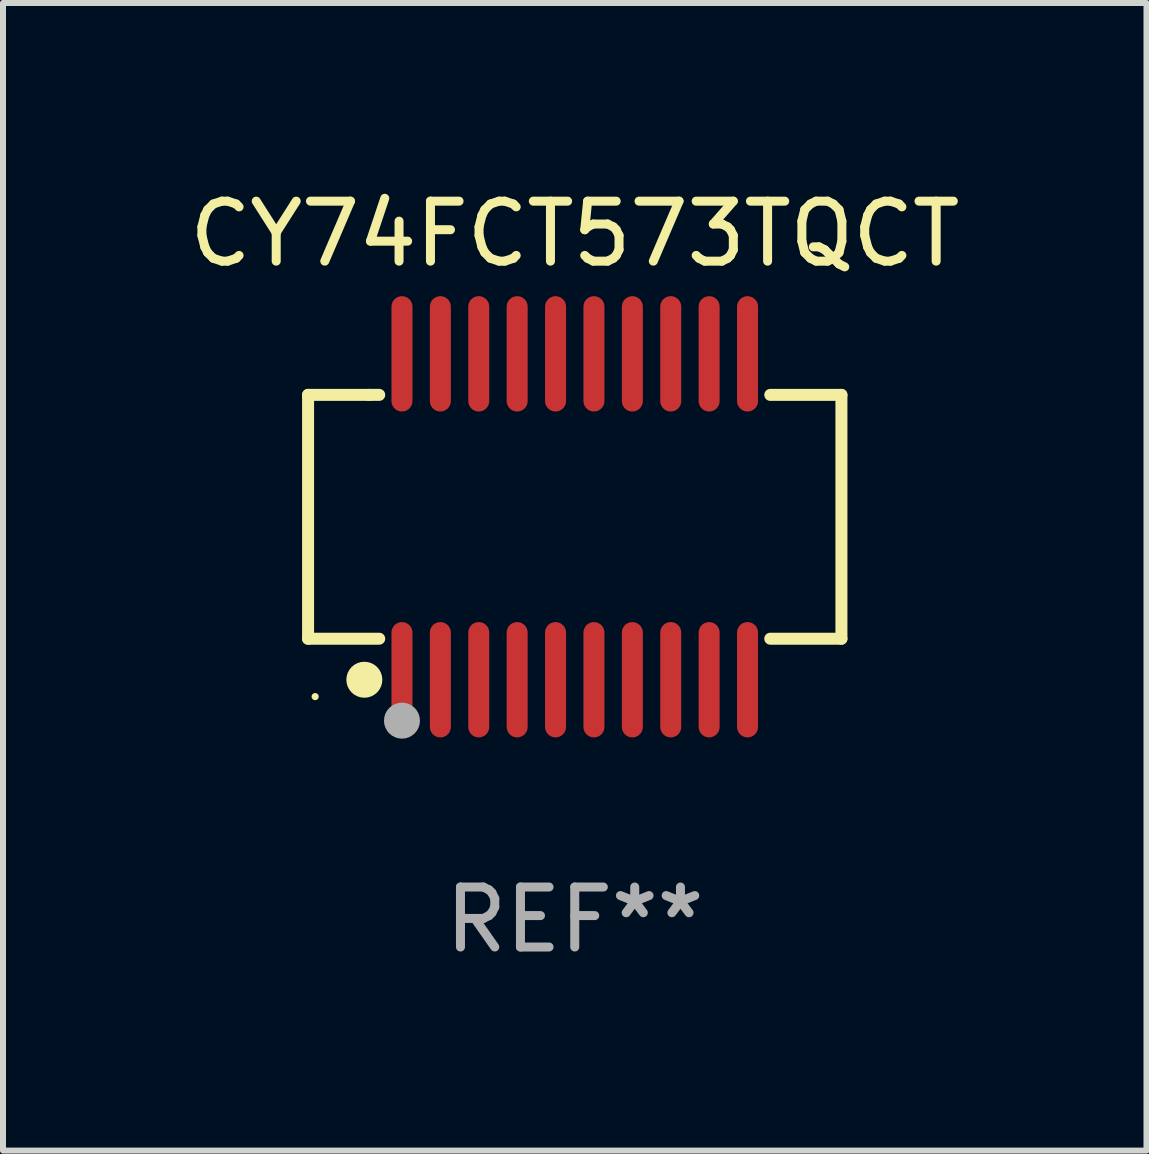
<source format=kicad_pcb>
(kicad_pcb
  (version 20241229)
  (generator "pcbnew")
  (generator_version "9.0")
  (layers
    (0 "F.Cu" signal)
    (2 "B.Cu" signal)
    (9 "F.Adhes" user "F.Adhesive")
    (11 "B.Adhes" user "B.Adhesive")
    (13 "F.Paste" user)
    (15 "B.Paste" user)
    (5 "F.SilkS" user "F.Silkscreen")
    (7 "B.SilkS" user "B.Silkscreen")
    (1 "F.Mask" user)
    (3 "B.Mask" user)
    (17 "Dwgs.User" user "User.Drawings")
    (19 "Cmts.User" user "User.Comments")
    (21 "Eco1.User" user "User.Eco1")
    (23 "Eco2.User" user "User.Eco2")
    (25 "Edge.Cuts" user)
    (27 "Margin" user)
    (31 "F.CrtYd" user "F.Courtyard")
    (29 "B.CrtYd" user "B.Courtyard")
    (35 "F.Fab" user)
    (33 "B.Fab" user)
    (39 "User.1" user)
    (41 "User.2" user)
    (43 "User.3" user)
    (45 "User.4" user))
  (footprint "CY74FCT573TQCT"
    (layer "F.Cu")
    (at 6.53 5.564)
    (property "Reference" "CY74FCT573TQCT" (at 0 -4.716 0) (layer "F.SilkS") (effects (font (size 1 1) (thickness 0.15))))
    (attr through_hole)
    (fp_line (start -4.445 -2.032) (end -4.445 2.032) (stroke (width 0.2) (type solid)) (layer "F.SilkS"))
    (fp_line (start -4.445 2.032) (end -3.259 2.032) (stroke (width 0.2) (type solid)) (layer "F.SilkS"))
    (fp_line (start -3.429 -2.032) (end -4.445 -2.032) (stroke (width 0.2) (type solid)) (layer "F.SilkS"))
    (fp_line (start -3.259 -2.032) (end -3.429 -2.032) (stroke (width 0.2) (type solid)) (layer "F.SilkS"))
    (fp_line (start 3.259 2.032) (end 4.445 2.032) (stroke (width 0.2) (type solid)) (layer "F.SilkS"))
    (fp_line (start 4.445 -2.032) (end 3.259 -2.032) (stroke (width 0.2) (type solid)) (layer "F.SilkS"))
    (fp_line (start 4.445 2.032) (end 4.445 -2.032) (stroke (width 0.2) (type solid)) (layer "F.SilkS"))
    (fp_circle (center -4.327 2.997) (end -4.297 2.997) (stroke (width 0.06) (type solid)) (fill no) (layer "F.SilkS"))
    (fp_circle (center -3.507 2.716) (end -3.357 2.716) (stroke (width 0.3) (type solid)) (fill no) (layer "F.SilkS"))
    (fp_circle (center -2.88 3.398) (end -2.73 3.398) (stroke (width 0.3) (type solid)) (fill no) (layer "F.Fab"))
    (fp_text user "REF**" (at 0 6.716 0) (layer "F.Fab") (effects (font (size 1 1) (thickness 0.15))))
    (pad "1" smd oval (at -2.88 2.716) (size 0.35 1.922) (layers "F.Cu" "F.Mask" "F.Paste"))
    (pad "2" smd oval (at -2.24 2.716) (size 0.35 1.922) (layers "F.Cu" "F.Mask" "F.Paste"))
    (pad "3" smd oval (at -1.6 2.716) (size 0.35 1.922) (layers "F.Cu" "F.Mask" "F.Paste"))
    (pad "4" smd oval (at -0.96 2.716) (size 0.35 1.922) (layers "F.Cu" "F.Mask" "F.Paste"))
    (pad "5" smd oval (at -0.32 2.716) (size 0.35 1.922) (layers "F.Cu" "F.Mask" "F.Paste"))
    (pad "6" smd oval (at 0.32 2.716) (size 0.35 1.922) (layers "F.Cu" "F.Mask" "F.Paste"))
    (pad "7" smd oval (at 0.96 2.716) (size 0.35 1.922) (layers "F.Cu" "F.Mask" "F.Paste"))
    (pad "8" smd oval (at 1.6 2.716) (size 0.35 1.922) (layers "F.Cu" "F.Mask" "F.Paste"))
    (pad "9" smd oval (at 2.24 2.716) (size 0.35 1.922) (layers "F.Cu" "F.Mask" "F.Paste"))
    (pad "10" smd oval (at 2.88 2.716) (size 0.35 1.922) (layers "F.Cu" "F.Mask" "F.Paste"))
    (pad "11" smd oval (at 2.88 -2.716) (size 0.35 1.922) (layers "F.Cu" "F.Mask" "F.Paste"))
    (pad "12" smd oval (at 2.24 -2.716) (size 0.35 1.922) (layers "F.Cu" "F.Mask" "F.Paste"))
    (pad "13" smd oval (at 1.6 -2.716) (size 0.35 1.922) (layers "F.Cu" "F.Mask" "F.Paste"))
    (pad "14" smd oval (at 0.96 -2.716) (size 0.35 1.922) (layers "F.Cu" "F.Mask" "F.Paste"))
    (pad "15" smd oval (at 0.32 -2.716) (size 0.35 1.922) (layers "F.Cu" "F.Mask" "F.Paste"))
    (pad "16" smd oval (at -0.32 -2.716) (size 0.35 1.922) (layers "F.Cu" "F.Mask" "F.Paste"))
    (pad "17" smd oval (at -0.96 -2.716) (size 0.35 1.922) (layers "F.Cu" "F.Mask" "F.Paste"))
    (pad "18" smd oval (at -1.6 -2.716) (size 0.35 1.922) (layers "F.Cu" "F.Mask" "F.Paste"))
    (pad "19" smd oval (at -2.24 -2.716) (size 0.35 1.922) (layers "F.Cu" "F.Mask" "F.Paste"))
    (pad "20" smd oval (at -2.88 -2.716) (size 0.35 1.922) (layers "F.Cu" "F.Mask" "F.Paste")))
  (gr_rect
    (start -3 -3)
    (end 16.06 16.128)
    (stroke (width 0.1) (type default))
    (fill no)
    (layer "Edge.Cuts")))
</source>
